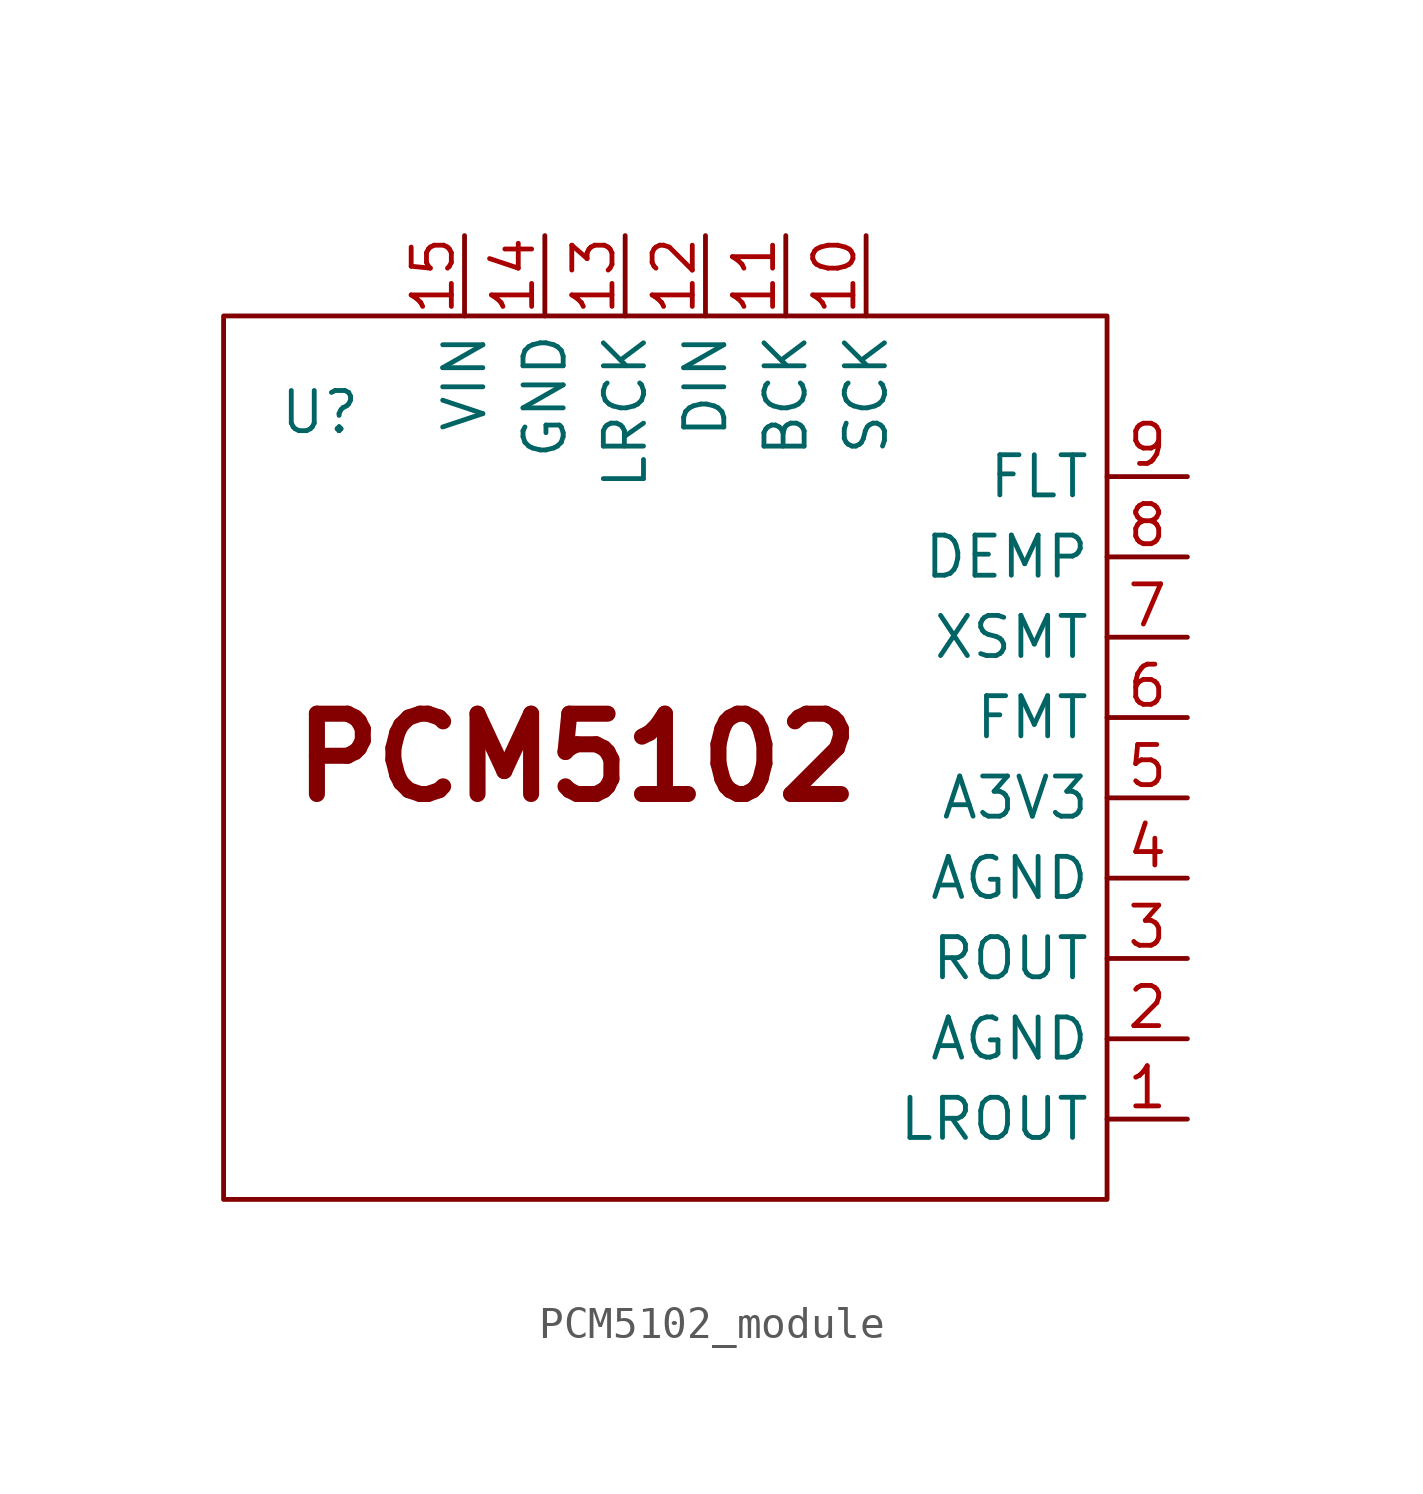
<source format=kicad_sym>
(kicad_symbol_lib
  (version 20231120)
  (generator "kicad_symbol_editor")
  (generator_version "8.0")
  (symbol "PCM5102_module"
    (property "Reference" "U"
      (at -10.922 10.922 0)
      (effects (font (size 1.27 1.27))))
    (property "Value" ""
      (at 0 0 0)
      (effects (font (size 1.27 1.27))))
    (symbol "PCM5102_module_0_1"
      (rectangle (start -13.97 13.97) (end 13.97 -13.97) (stroke (width 0) (type default)) (fill (type none))))
    (symbol "PCM5102_module_1_1"
      (text "PCM5102" (at -2.794 0 0) (effects (font (size 2.54 2.54) (bold yes))))
      (pin input line (at 16.51 -11.43 180) (length 2.54) (name "LROUT" (effects (font (size 1.27 1.27)))) (number "1" (effects (font (size 1.27 1.27)))))
      (pin input line (at 6.35 16.51 270) (length 2.54) (name "SCK" (effects (font (size 1.27 1.27)))) (number "10" (effects (font (size 1.27 1.27)))))
      (pin input line (at 3.81 16.51 270) (length 2.54) (name "BCK" (effects (font (size 1.27 1.27)))) (number "11" (effects (font (size 1.27 1.27)))))
      (pin input line (at 1.27 16.51 270) (length 2.54) (name "DIN" (effects (font (size 1.27 1.27)))) (number "12" (effects (font (size 1.27 1.27)))))
      (pin input line (at -1.27 16.51 270) (length 2.54) (name "LRCK" (effects (font (size 1.27 1.27)))) (number "13" (effects (font (size 1.27 1.27)))))
      (pin input line (at -3.81 16.51 270) (length 2.54) (name "GND" (effects (font (size 1.27 1.27)))) (number "14" (effects (font (size 1.27 1.27)))))
      (pin input line (at -6.35 16.51 270) (length 2.54) (name "VIN" (effects (font (size 1.27 1.27)))) (number "15" (effects (font (size 1.27 1.27)))))
      (pin input line (at 16.51 -8.89 180) (length 2.54) (name "AGND" (effects (font (size 1.27 1.27)))) (number "2" (effects (font (size 1.27 1.27)))))
      (pin input line (at 16.51 -6.35 180) (length 2.54) (name "ROUT" (effects (font (size 1.27 1.27)))) (number "3" (effects (font (size 1.27 1.27)))))
      (pin input line (at 16.51 -3.81 180) (length 2.54) (name "AGND" (effects (font (size 1.27 1.27)))) (number "4" (effects (font (size 1.27 1.27)))))
      (pin input line (at 16.51 -1.27 180) (length 2.54) (name "A3V3" (effects (font (size 1.27 1.27)))) (number "5" (effects (font (size 1.27 1.27)))))
      (pin input line (at 16.51 1.27 180) (length 2.54) (name "FMT" (effects (font (size 1.27 1.27)))) (number "6" (effects (font (size 1.27 1.27)))))
      (pin input line (at 16.51 3.81 180) (length 2.54) (name "XSMT" (effects (font (size 1.27 1.27)))) (number "7" (effects (font (size 1.27 1.27)))))
      (pin input line (at 16.51 6.35 180) (length 2.54) (name "DEMP" (effects (font (size 1.27 1.27)))) (number "8" (effects (font (size 1.27 1.27)))))
      (pin input line (at 16.51 8.89 180) (length 2.54) (name "FLT" (effects (font (size 1.27 1.27)))) (number "9" (effects (font (size 1.27 1.27))))))))
</source>
